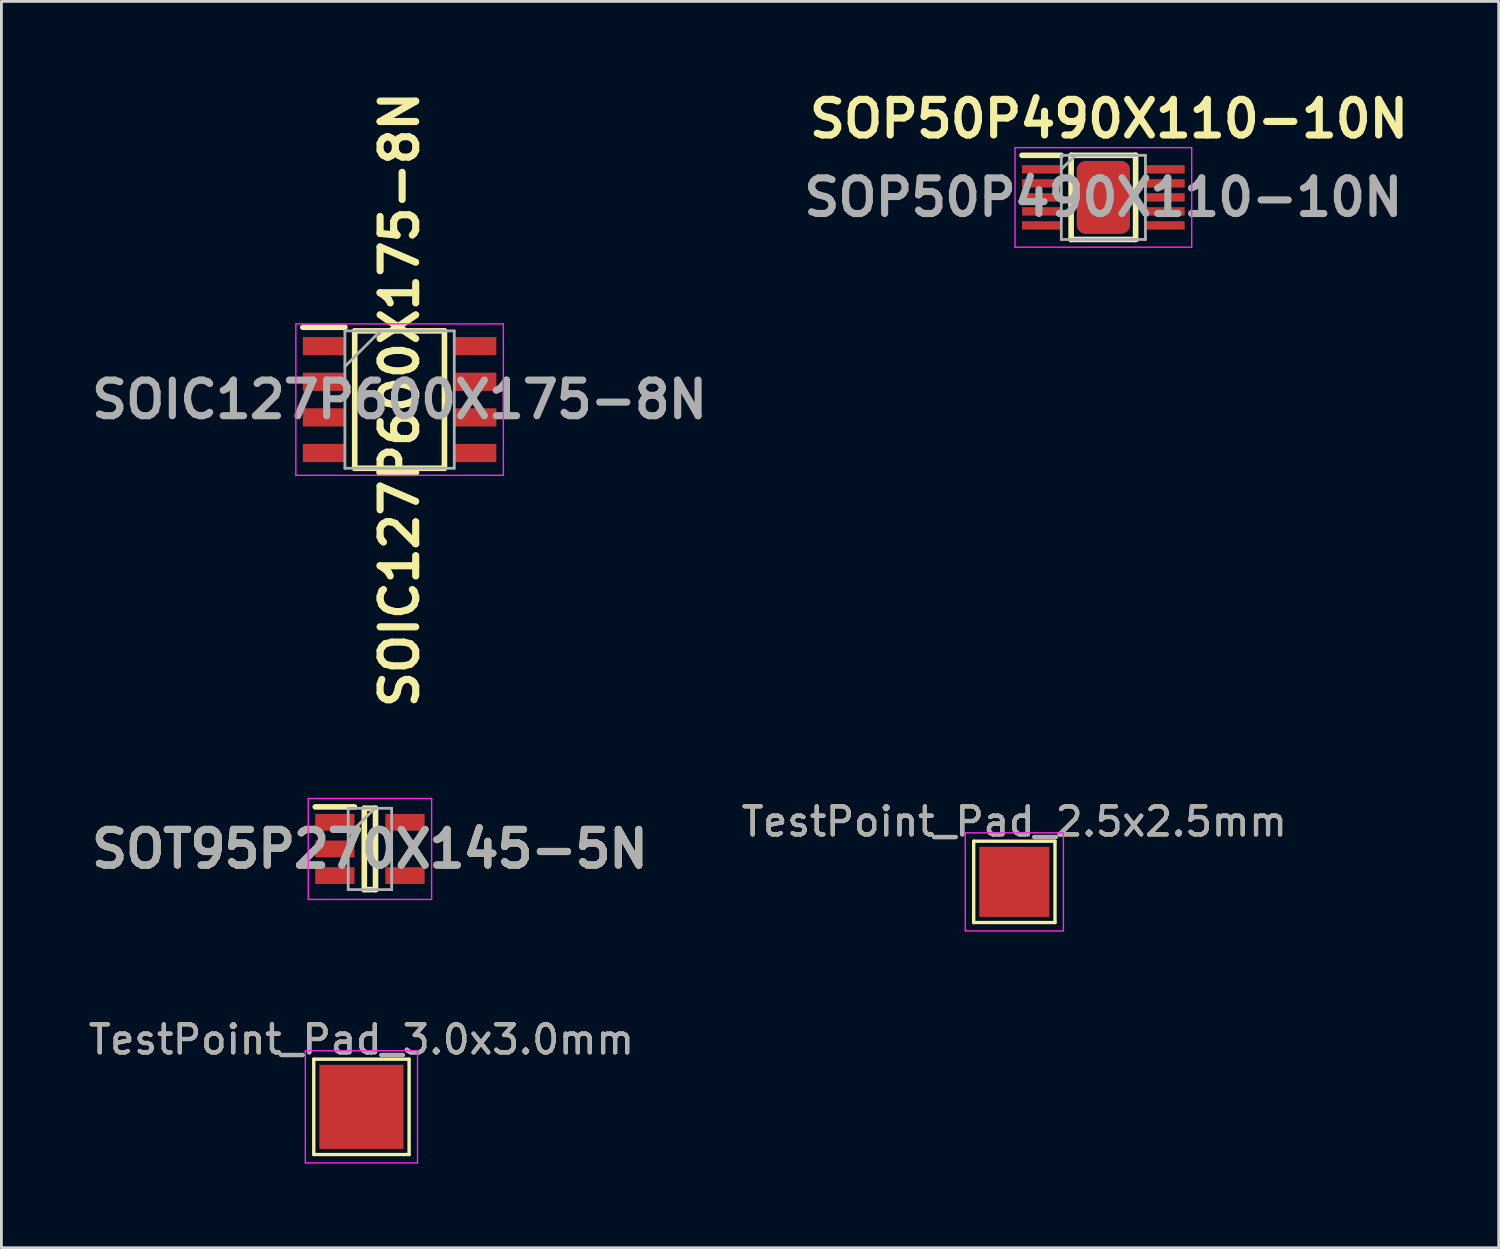
<source format=kicad_pcb>
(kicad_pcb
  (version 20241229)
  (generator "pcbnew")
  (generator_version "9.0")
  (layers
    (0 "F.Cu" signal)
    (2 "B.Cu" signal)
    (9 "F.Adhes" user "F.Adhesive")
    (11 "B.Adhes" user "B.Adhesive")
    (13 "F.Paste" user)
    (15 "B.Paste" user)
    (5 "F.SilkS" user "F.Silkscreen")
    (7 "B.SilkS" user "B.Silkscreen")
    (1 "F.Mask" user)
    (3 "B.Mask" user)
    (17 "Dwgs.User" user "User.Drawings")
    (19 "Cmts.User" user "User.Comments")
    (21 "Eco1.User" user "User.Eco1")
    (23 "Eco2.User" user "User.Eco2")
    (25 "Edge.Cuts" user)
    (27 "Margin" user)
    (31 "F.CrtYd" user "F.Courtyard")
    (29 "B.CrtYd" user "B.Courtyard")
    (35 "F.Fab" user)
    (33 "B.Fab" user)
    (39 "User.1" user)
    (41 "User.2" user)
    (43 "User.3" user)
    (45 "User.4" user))
  (footprint "SOT95P270X145-5N"
    (layer "F.Cu")
    (at 10.142 27.225)
    (property "Reference" "SOT95P270X145-5N" (at 0 0 0) (layer "F.SilkS") (effects (font (size 1.27 1.27) (thickness 0.254))))
    (attr smd)
    (fp_line (start -1.95 -1.5) (end -0.55 -1.5) (stroke (width 0.2) (type solid)) (layer "F.SilkS"))
    (fp_line (start -0.2 -1.45) (end 0.2 -1.45) (stroke (width 0.2) (type solid)) (layer "F.SilkS"))
    (fp_line (start -0.2 1.45) (end -0.2 -1.45) (stroke (width 0.2) (type solid)) (layer "F.SilkS"))
    (fp_line (start 0.2 -1.45) (end 0.2 1.45) (stroke (width 0.2) (type solid)) (layer "F.SilkS"))
    (fp_line (start 0.2 1.45) (end -0.2 1.45) (stroke (width 0.2) (type solid)) (layer "F.SilkS"))
    (fp_line (start -2.2 -1.8) (end 2.2 -1.8) (stroke (width 0.05) (type solid)) (layer "F.CrtYd"))
    (fp_line (start -2.2 1.8) (end -2.2 -1.8) (stroke (width 0.05) (type solid)) (layer "F.CrtYd"))
    (fp_line (start 2.2 -1.8) (end 2.2 1.8) (stroke (width 0.05) (type solid)) (layer "F.CrtYd"))
    (fp_line (start 2.2 1.8) (end -2.2 1.8) (stroke (width 0.05) (type solid)) (layer "F.CrtYd"))
    (fp_line (start -0.775 -1.45) (end 0.775 -1.45) (stroke (width 0.1) (type solid)) (layer "F.Fab"))
    (fp_line (start -0.775 1.45) (end -0.775 -1.45) (stroke (width 0.1) (type solid)) (layer "F.Fab"))
    (fp_line (start -0.775 -0.5) (end 0.175 -1.45) (stroke (width 0.1) (type solid)) (layer "F.Fab"))
    (fp_line (start 0.775 -1.45) (end 0.775 1.45) (stroke (width 0.1) (type solid)) (layer "F.Fab"))
    (fp_line (start 0.775 1.45) (end -0.775 1.45) (stroke (width 0.1) (type solid)) (layer "F.Fab"))
    (fp_text user "${REFERENCE}" (at 0 0 0) (layer "F.Fab") (effects (font (size 1.27 1.27) (thickness 0.254))))
    (pad "1" smd rect (at -1.25 -0.95 90) (size 0.6 1.4) (layers "F.Cu" "F.Mask" "F.Paste"))
    (pad "2" smd rect (at -1.25 0.000001 90) (size 0.6 1.4) (layers "F.Cu" "F.Mask" "F.Paste"))
    (pad "3" smd rect (at -1.25 0.95 90) (size 0.6 1.4) (layers "F.Cu" "F.Mask" "F.Paste"))
    (pad "4" smd rect (at 1.25 0.95 90) (size 0.6 1.4) (layers "F.Cu" "F.Mask" "F.Paste"))
    (pad "5" smd rect (at 1.25 -0.95 90) (size 0.6 1.4) (layers "F.Cu" "F.Mask" "F.Paste")))
  (footprint "TestPoint_Pad_3.0x3.0mm"
    (layer "F.Cu")
    (at 9.839 36.422)
    (property "Reference" "TestPoint_Pad_3.0x3.0mm" (at 0 -2.398 180) (layer "F.SilkS") (effects (font (size 1 1) (thickness 0.15))))
    (attr exclude_from_pos_files)
    (fp_line (start -1.7 -1.7) (end 1.7 -1.7) (stroke (width 0.12) (type solid)) (layer "F.SilkS"))
    (fp_line (start -1.7 1.7) (end -1.7 -1.7) (stroke (width 0.12) (type solid)) (layer "F.SilkS"))
    (fp_line (start 1.7 -1.7) (end 1.7 1.7) (stroke (width 0.12) (type solid)) (layer "F.SilkS"))
    (fp_line (start 1.7 1.7) (end -1.7 1.7) (stroke (width 0.12) (type solid)) (layer "F.SilkS"))
    (fp_line (start -2 -2) (end -2 2) (stroke (width 0.05) (type solid)) (layer "F.CrtYd"))
    (fp_line (start -2 -2) (end 2 -2) (stroke (width 0.05) (type solid)) (layer "F.CrtYd"))
    (fp_line (start 2 2) (end -2 2) (stroke (width 0.05) (type solid)) (layer "F.CrtYd"))
    (fp_line (start 2 2) (end 2 -2) (stroke (width 0.05) (type solid)) (layer "F.CrtYd"))
    (fp_text user "${REFERENCE}" (at 0 -2.4 180) (layer "F.Fab") (effects (font (size 1 1) (thickness 0.15))))
    (pad "1" smd rect (at 0 0 180) (size 3 3) (layers "F.Cu" "F.Mask")))
  (footprint "SOIC127P600X175-8N"
    (layer "F.Cu")
    (at 11.2 11.2)
    (property "Reference" "SOIC127P600X175-8N" (at 0 0 90) (layer "F.SilkS") (effects (font (size 1.27 1.27) (thickness 0.254))))
    (attr smd)
    (fp_line (start -3.45 -2.58) (end -1.95 -2.58) (stroke (width 0.2) (type solid)) (layer "F.SilkS"))
    (fp_line (start -1.6 2.45) (end -1.6 -2.45) (stroke (width 0.2) (type solid)) (layer "F.SilkS"))
    (fp_line (start -1.6 -2.45) (end 1.6 -2.45) (stroke (width 0.2) (type solid)) (layer "F.SilkS"))
    (fp_line (start 1.6 2.45) (end -1.6 2.45) (stroke (width 0.2) (type solid)) (layer "F.SilkS"))
    (fp_line (start 1.6 -2.45) (end 1.6 2.45) (stroke (width 0.2) (type solid)) (layer "F.SilkS"))
    (fp_line (start -3.7 2.7) (end -3.7 -2.7) (stroke (width 0.05) (type solid)) (layer "F.CrtYd"))
    (fp_line (start -3.7 -2.7) (end 3.7 -2.7) (stroke (width 0.05) (type solid)) (layer "F.CrtYd"))
    (fp_line (start 3.7 2.7) (end -3.7 2.7) (stroke (width 0.05) (type solid)) (layer "F.CrtYd"))
    (fp_line (start 3.7 -2.7) (end 3.7 2.7) (stroke (width 0.05) (type solid)) (layer "F.CrtYd"))
    (fp_line (start -1.95 2.45) (end -1.95 -2.45) (stroke (width 0.1) (type solid)) (layer "F.Fab"))
    (fp_line (start -1.95 -1.18) (end -0.68 -2.45) (stroke (width 0.1) (type solid)) (layer "F.Fab"))
    (fp_line (start -1.95 -2.45) (end 1.95 -2.45) (stroke (width 0.1) (type solid)) (layer "F.Fab"))
    (fp_line (start 1.95 2.45) (end -1.95 2.45) (stroke (width 0.1) (type solid)) (layer "F.Fab"))
    (fp_line (start 1.95 -2.45) (end 1.95 2.45) (stroke (width 0.1) (type solid)) (layer "F.Fab"))
    (fp_text user "${REFERENCE}" (at 0 0 0) (layer "F.Fab") (effects (font (size 1.27 1.27) (thickness 0.254))))
    (pad "1" smd rect (at -2.7 -1.905 90) (size 0.65 1.5) (layers "F.Cu" "F.Mask" "F.Paste"))
    (pad "2" smd rect (at -2.7 -0.635 90) (size 0.65 1.5) (layers "F.Cu" "F.Mask" "F.Paste"))
    (pad "3" smd rect (at -2.7 0.635 90) (size 0.65 1.5) (layers "F.Cu" "F.Mask" "F.Paste"))
    (pad "4" smd rect (at -2.7 1.905 90) (size 0.65 1.5) (layers "F.Cu" "F.Mask" "F.Paste"))
    (pad "5" smd rect (at 2.7 1.905 90) (size 0.65 1.5) (layers "F.Cu" "F.Mask" "F.Paste"))
    (pad "6" smd rect (at 2.7 0.635 90) (size 0.65 1.5) (layers "F.Cu" "F.Mask" "F.Paste"))
    (pad "7" smd rect (at 2.7 -0.635 90) (size 0.65 1.5) (layers "F.Cu" "F.Mask" "F.Paste"))
    (pad "8" smd rect (at 2.7 -1.905 90) (size 0.65 1.5) (layers "F.Cu" "F.Mask" "F.Paste")))
  (footprint "SOP50P490X110-10N"
    (layer "F.Cu")
    (at 36.298 3.989)
    (property "Reference" "SOP50P490X110-10N" (at 0.2 -2.8 0) (layer "F.SilkS") (effects (font (size 1.27 1.27) (thickness 0.254))))
    (attr smd)
    (fp_line (start -2.9 -1.5) (end -1.5 -1.5) (stroke (width 0.2) (type solid)) (layer "F.SilkS"))
    (fp_line (start -1.15 1.5) (end -1.15 -1.5) (stroke (width 0.2) (type solid)) (layer "F.SilkS"))
    (fp_line (start -1.15 -1.5) (end 1.15 -1.5) (stroke (width 0.2) (type solid)) (layer "F.SilkS"))
    (fp_line (start 1.15 1.5) (end -1.15 1.5) (stroke (width 0.2) (type solid)) (layer "F.SilkS"))
    (fp_line (start 1.15 -1.5) (end 1.15 1.5) (stroke (width 0.2) (type solid)) (layer "F.SilkS"))
    (fp_line (start -3.15 -1.775) (end 3.15 -1.775) (stroke (width 0.05) (type solid)) (layer "F.CrtYd"))
    (fp_line (start -3.15 1.775) (end -3.15 -1.775) (stroke (width 0.05) (type solid)) (layer "F.CrtYd"))
    (fp_line (start 3.15 -1.775) (end 3.15 1.775) (stroke (width 0.05) (type solid)) (layer "F.CrtYd"))
    (fp_line (start 3.15 1.775) (end -3.15 1.775) (stroke (width 0.05) (type solid)) (layer "F.CrtYd"))
    (fp_line (start -1.5 -1.5) (end 1.5 -1.5) (stroke (width 0.1) (type solid)) (layer "F.Fab"))
    (fp_line (start -1.5 1.5) (end -1.5 -1.5) (stroke (width 0.1) (type solid)) (layer "F.Fab"))
    (fp_line (start -1.5 -1) (end -1 -1.5) (stroke (width 0.1) (type solid)) (layer "F.Fab"))
    (fp_line (start 1.5 -1.5) (end 1.5 1.5) (stroke (width 0.1) (type solid)) (layer "F.Fab"))
    (fp_line (start 1.5 1.5) (end -1.5 1.5) (stroke (width 0.1) (type solid)) (layer "F.Fab"))
    (fp_text user "${REFERENCE}" (at 0 0 0) (layer "F.Fab") (effects (font (size 1.27 1.27) (thickness 0.254))))
    (pad "1" smd rect (at -2.2 -1 90) (size 0.3 1.4) (layers "F.Cu" "F.Mask" "F.Paste"))
    (pad "2" smd rect (at -2.2 -0.5 90) (size 0.3 1.4) (layers "F.Cu" "F.Mask" "F.Paste"))
    (pad "3" smd rect (at -2.2 0 90) (size 0.3 1.4) (layers "F.Cu" "F.Mask" "F.Paste"))
    (pad "4" smd rect (at -2.2 0.5 90) (size 0.3 1.4) (layers "F.Cu" "F.Mask" "F.Paste"))
    (pad "5" smd rect (at -2.2 1 90) (size 0.3 1.4) (layers "F.Cu" "F.Mask" "F.Paste"))
    (pad "6" smd rect (at 2.2 1 90) (size 0.3 1.4) (layers "F.Cu" "F.Mask" "F.Paste"))
    (pad "7" smd rect (at 2.2 0.5 90) (size 0.3 1.4) (layers "F.Cu" "F.Mask" "F.Paste"))
    (pad "8" smd rect (at 2.2 0 90) (size 0.3 1.4) (layers "F.Cu" "F.Mask" "F.Paste"))
    (pad "9" smd rect (at 2.2 -0.5 90) (size 0.3 1.4) (layers "F.Cu" "F.Mask" "F.Paste"))
    (pad "10" smd rect (at 2.2 -1 90) (size 0.3 1.4) (layers "F.Cu" "F.Mask" "F.Paste"))
    (pad "11" smd roundrect (at 0 0) (size 1.9 2.6) (layers "F.Cu" "F.Mask" "F.Paste") (roundrect_rratio 0.164)))
  (footprint "TestPoint_Pad_2.5x2.5mm"
    (layer "F.Cu")
    (at 33.123 28.399)
    (property "Reference" "TestPoint_Pad_2.5x2.5mm" (at 0 -2.148 180) (layer "F.SilkS") (effects (font (size 1 1) (thickness 0.15))))
    (attr exclude_from_pos_files)
    (fp_line (start -1.45 -1.45) (end 1.45 -1.45) (stroke (width 0.12) (type solid)) (layer "F.SilkS"))
    (fp_line (start -1.45 1.45) (end -1.45 -1.45) (stroke (width 0.12) (type solid)) (layer "F.SilkS"))
    (fp_line (start 1.45 -1.45) (end 1.45 1.45) (stroke (width 0.12) (type solid)) (layer "F.SilkS"))
    (fp_line (start 1.45 1.45) (end -1.45 1.45) (stroke (width 0.12) (type solid)) (layer "F.SilkS"))
    (fp_line (start -1.75 -1.75) (end -1.75 1.75) (stroke (width 0.05) (type solid)) (layer "F.CrtYd"))
    (fp_line (start -1.75 -1.75) (end 1.75 -1.75) (stroke (width 0.05) (type solid)) (layer "F.CrtYd"))
    (fp_line (start 1.75 1.75) (end -1.75 1.75) (stroke (width 0.05) (type solid)) (layer "F.CrtYd"))
    (fp_line (start 1.75 1.75) (end 1.75 -1.75) (stroke (width 0.05) (type solid)) (layer "F.CrtYd"))
    (fp_text user "${REFERENCE}" (at 0 -2.15 180) (layer "F.Fab") (effects (font (size 1 1) (thickness 0.15))))
    (pad "1" smd rect (at 0 0 180) (size 2.5 2.5) (layers "F.Cu" "F.Mask")))
  (gr_rect
    (start -3 -3)
    (end 50.396 41.447)
    (stroke (width 0.1) (type default))
    (fill no)
    (layer "Edge.Cuts")))
</source>
